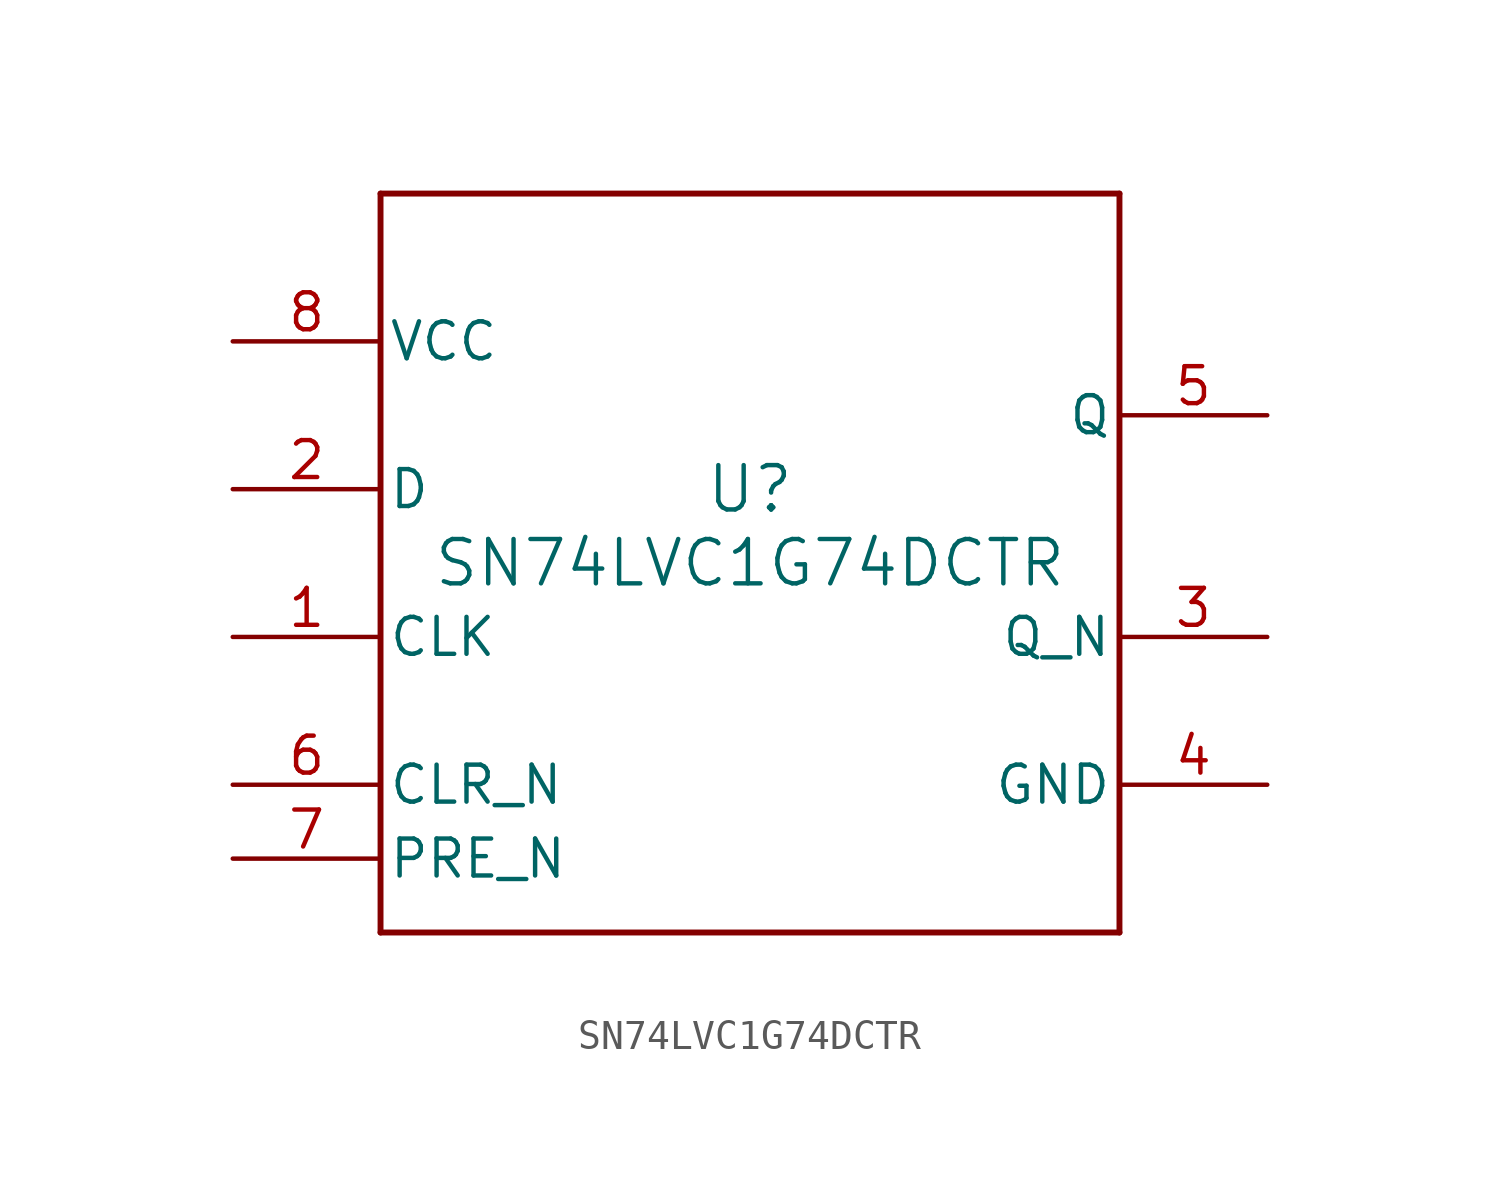
<source format=kicad_sym>
(kicad_symbol_lib
  (version 20211014)
  (generator kicad_symbol_editor)
  (symbol "SN74LVC1G74DCTR"
    (pin_names
      (offset 0.254))
    (property "Reference" "U"
      (at 0 2.54 0)
      (effects (font (size 1.524 1.524))))
    (property "Value" "SN74LVC1G74DCTR"
      (at 0 0 0)
      (effects (font (size 1.524 1.524))))
    (symbol "SN74LVC1G74DCTR_0_1"
      (polyline (pts (xy -12.7 -12.7) (xy 12.7 -12.7)) (stroke (width 0.203) (type default) (color 0 0 0 0)) (fill (type none)))
      (polyline (pts (xy 12.7 -12.7) (xy 12.7 12.7)) (stroke (width 0.203) (type default) (color 0 0 0 0)) (fill (type none)))
      (polyline (pts (xy 12.7 12.7) (xy -12.7 12.7)) (stroke (width 0.203) (type default) (color 0 0 0 0)) (fill (type none)))
      (polyline (pts (xy -12.7 12.7) (xy -12.7 -12.7)) (stroke (width 0.203) (type default) (color 0 0 0 0)) (fill (type none)))
      (pin input line (at -17.78 -2.54 0) (length 5.08) (name "CLK" (effects (font (size 1.27 1.27)))) (number "1" (effects (font (size 1.27 1.27)))))
      (pin input line (at -17.78 2.54 0) (length 5.08) (name "D" (effects (font (size 1.27 1.27)))) (number "2" (effects (font (size 1.27 1.27)))))
      (pin output line (at 17.78 -2.54 180) (length 5.08) (name "Q_N" (effects (font (size 1.27 1.27)))) (number "3" (effects (font (size 1.27 1.27)))))
      (pin power_in line (at 17.78 -7.62 180) (length 5.08) (name "GND" (effects (font (size 1.27 1.27)))) (number "4" (effects (font (size 1.27 1.27)))))
      (pin output line (at 17.78 5.08 180) (length 5.08) (name "Q" (effects (font (size 1.27 1.27)))) (number "5" (effects (font (size 1.27 1.27)))))
      (pin input line (at -17.78 -7.62 0) (length 5.08) (name "CLR_N" (effects (font (size 1.27 1.27)))) (number "6" (effects (font (size 1.27 1.27)))))
      (pin input line (at -17.78 -10.16 0) (length 5.08) (name "PRE_N" (effects (font (size 1.27 1.27)))) (number "7" (effects (font (size 1.27 1.27)))))
      (pin power_in line (at -17.78 7.62 0) (length 5.08) (name "VCC" (effects (font (size 1.27 1.27)))) (number "8" (effects (font (size 1.27 1.27))))))))
</source>
